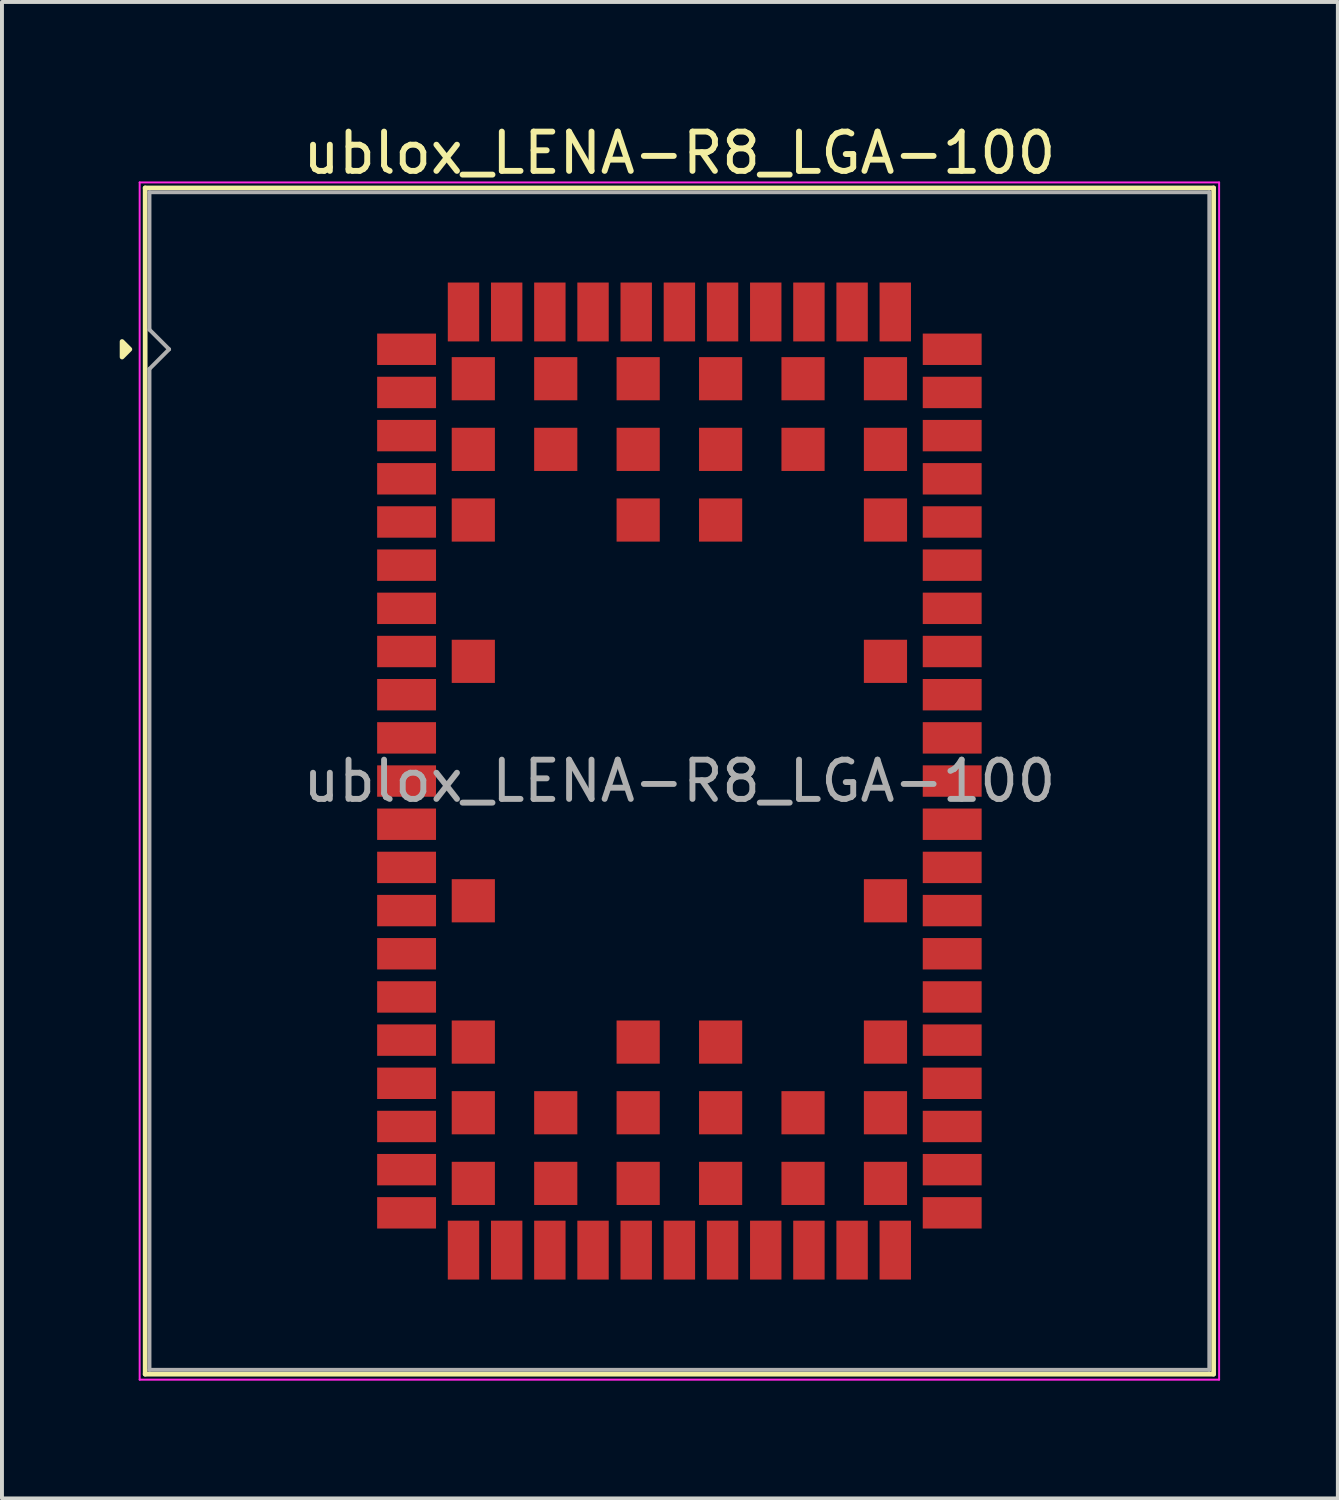
<source format=kicad_pcb>
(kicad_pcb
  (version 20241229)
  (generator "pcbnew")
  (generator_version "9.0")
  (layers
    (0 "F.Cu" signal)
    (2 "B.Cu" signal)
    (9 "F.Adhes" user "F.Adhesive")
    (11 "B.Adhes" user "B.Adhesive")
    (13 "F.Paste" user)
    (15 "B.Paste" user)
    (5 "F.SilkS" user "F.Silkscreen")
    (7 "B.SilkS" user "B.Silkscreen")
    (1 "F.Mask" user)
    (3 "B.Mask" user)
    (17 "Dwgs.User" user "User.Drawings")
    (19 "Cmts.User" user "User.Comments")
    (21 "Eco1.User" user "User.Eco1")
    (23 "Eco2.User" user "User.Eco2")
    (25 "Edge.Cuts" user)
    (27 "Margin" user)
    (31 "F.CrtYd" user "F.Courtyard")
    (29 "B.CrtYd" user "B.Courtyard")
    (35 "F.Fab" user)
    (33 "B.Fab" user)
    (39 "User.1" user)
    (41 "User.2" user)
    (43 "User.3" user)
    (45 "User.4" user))
  (footprint "ublox_LENA-R8_LGA-100"
    (layer "F.Cu")
    (at 14.258 16.848)
    (property "Reference" "ublox_LENA-R8_LGA-100" (at 0 -16 0) (layer "F.SilkS") (effects (font (size 1 1) (thickness 0.15))))
    (attr smd)
    (fp_line (start -13.61 -15.11) (end -13.61 15.11) (stroke (width 0.12) (type solid)) (layer "F.SilkS"))
    (fp_line (start 13.61 -15.11) (end -13.61 -15.11) (stroke (width 0.12) (type solid)) (layer "F.SilkS"))
    (fp_line (start 13.61 -15.11) (end 13.61 15.11) (stroke (width 0.12) (type solid)) (layer "F.SilkS"))
    (fp_line (start 13.61 15.11) (end -13.61 15.11) (stroke (width 0.12) (type solid)) (layer "F.SilkS"))
    (fp_poly (pts (xy -14 -11) (xy -14.198 -10.802) (xy -14.198 -11.198) (xy -14 -11)) (stroke (width 0.12) (type solid)) (fill yes) (layer "F.SilkS"))
    (fp_line (start -13.75 -15.25) (end -13.75 15.25) (stroke (width 0.05) (type solid)) (layer "F.CrtYd"))
    (fp_line (start 13.75 -15.25) (end -13.75 -15.25) (stroke (width 0.05) (type solid)) (layer "F.CrtYd"))
    (fp_line (start 13.75 -15.25) (end 13.75 15.25) (stroke (width 0.05) (type solid)) (layer "F.CrtYd"))
    (fp_line (start 13.75 15.25) (end -13.75 15.25) (stroke (width 0.05) (type solid)) (layer "F.CrtYd"))
    (fp_line (start -13.5 -15) (end -13.5 -11.5) (stroke (width 0.1) (type solid)) (layer "F.Fab"))
    (fp_line (start -13.5 -11.5) (end -13 -11) (stroke (width 0.1) (type default)) (layer "F.Fab"))
    (fp_line (start -13.5 -10.5) (end -13.5 15) (stroke (width 0.1) (type solid)) (layer "F.Fab"))
    (fp_line (start -13 -11) (end -13.5 -10.5) (stroke (width 0.1) (type default)) (layer "F.Fab"))
    (fp_line (start 13.5 -15) (end -13.5 -15) (stroke (width 0.1) (type solid)) (layer "F.Fab"))
    (fp_line (start 13.5 -15) (end 13.5 15) (stroke (width 0.1) (type solid)) (layer "F.Fab"))
    (fp_line (start 13.5 15) (end -13.5 15) (stroke (width 0.1) (type solid)) (layer "F.Fab"))
    (fp_text user "${REFERENCE}" (at 0 0 0) (layer "F.Fab") (effects (font (size 1 1) (thickness 0.15))))
    (pad "" smd roundrect (at -7 -11 270) (size 0.75 1.55) (layers "F.Paste") (roundrect_rratio 0.25))
    (pad "" smd roundrect (at -7 -9.9 270) (size 0.75 1.55) (layers "F.Paste") (roundrect_rratio 0.25))
    (pad "" smd roundrect (at -7 -8.8 270) (size 0.75 1.55) (layers "F.Paste") (roundrect_rratio 0.25))
    (pad "" smd roundrect (at -7 -7.7 270) (size 0.75 1.55) (layers "F.Paste") (roundrect_rratio 0.25))
    (pad "" smd roundrect (at -7 -6.6 270) (size 0.75 1.55) (layers "F.Paste") (roundrect_rratio 0.25))
    (pad "" smd roundrect (at -7 -5.5 270) (size 0.75 1.55) (layers "F.Paste") (roundrect_rratio 0.25))
    (pad "" smd roundrect (at -7 -4.4 270) (size 0.75 1.55) (layers "F.Paste") (roundrect_rratio 0.25))
    (pad "" smd roundrect (at -7 -3.3 270) (size 0.75 1.55) (layers "F.Paste") (roundrect_rratio 0.25))
    (pad "" smd roundrect (at -7 -2.2 270) (size 0.75 1.55) (layers "F.Paste") (roundrect_rratio 0.25))
    (pad "" smd roundrect (at -7 -1.1 270) (size 0.75 1.55) (layers "F.Paste") (roundrect_rratio 0.25))
    (pad "" smd roundrect (at -7 0 270) (size 0.75 1.55) (layers "F.Paste") (roundrect_rratio 0.25))
    (pad "" smd roundrect (at -7 1.1 270) (size 0.75 1.55) (layers "F.Paste") (roundrect_rratio 0.25))
    (pad "" smd roundrect (at -7 2.2 270) (size 0.75 1.55) (layers "F.Paste") (roundrect_rratio 0.25))
    (pad "" smd roundrect (at -7 3.3 270) (size 0.75 1.55) (layers "F.Paste") (roundrect_rratio 0.25))
    (pad "" smd roundrect (at -7 4.4 270) (size 0.75 1.55) (layers "F.Paste") (roundrect_rratio 0.25))
    (pad "" smd roundrect (at -7 5.5 270) (size 0.75 1.55) (layers "F.Paste") (roundrect_rratio 0.25))
    (pad "" smd roundrect (at -7 6.6 270) (size 0.75 1.55) (layers "F.Paste") (roundrect_rratio 0.25))
    (pad "" smd roundrect (at -7 7.7 270) (size 0.75 1.55) (layers "F.Paste") (roundrect_rratio 0.25))
    (pad "" smd roundrect (at -7 8.8 270) (size 0.75 1.55) (layers "F.Paste") (roundrect_rratio 0.25))
    (pad "" smd roundrect (at -7 9.9 270) (size 0.75 1.55) (layers "F.Paste") (roundrect_rratio 0.25))
    (pad "" smd roundrect (at -7 11 270) (size 0.75 1.55) (layers "F.Paste") (roundrect_rratio 0.25))
    (pad "" smd roundrect (at -5.5 -12) (size 0.75 1.55) (layers "F.Paste") (roundrect_rratio 0.25))
    (pad "" smd roundrect (at -5.5 12) (size 0.75 1.55) (layers "F.Paste") (roundrect_rratio 0.25))
    (pad "" smd roundrect (at -5.25 -10.25 180) (size 1.05 1.05) (layers "F.Paste") (roundrect_rratio 0.238))
    (pad "" smd roundrect (at -5.25 -8.45 180) (size 1.05 1.05) (layers "F.Paste") (roundrect_rratio 0.238))
    (pad "" smd roundrect (at -5.25 -6.65 180) (size 1.05 1.05) (layers "F.Paste") (roundrect_rratio 0.238))
    (pad "" smd roundrect (at -5.25 -3.05 180) (size 1.05 1.05) (layers "F.Paste") (roundrect_rratio 0.238))
    (pad "" smd roundrect (at -5.25 3.05 180) (size 1.05 1.05) (layers "F.Paste") (roundrect_rratio 0.238))
    (pad "" smd roundrect (at -5.25 6.65 180) (size 1.05 1.05) (layers "F.Paste") (roundrect_rratio 0.238))
    (pad "" smd roundrect (at -5.25 8.45 180) (size 1.05 1.05) (layers "F.Paste") (roundrect_rratio 0.238))
    (pad "" smd roundrect (at -5.25 10.25 180) (size 1.05 1.05) (layers "F.Paste") (roundrect_rratio 0.238))
    (pad "" smd roundrect (at -4.4 -12) (size 0.75 1.55) (layers "F.Paste") (roundrect_rratio 0.25))
    (pad "" smd roundrect (at -4.4 12) (size 0.75 1.55) (layers "F.Paste") (roundrect_rratio 0.25))
    (pad "" smd roundrect (at -3.3 -12) (size 0.75 1.55) (layers "F.Paste") (roundrect_rratio 0.25))
    (pad "" smd roundrect (at -3.3 12) (size 0.75 1.55) (layers "F.Paste") (roundrect_rratio 0.25))
    (pad "" smd roundrect (at -3.15 -10.25 180) (size 1.05 1.05) (layers "F.Paste") (roundrect_rratio 0.238))
    (pad "" smd roundrect (at -3.15 -8.45 180) (size 1.05 1.05) (layers "F.Paste") (roundrect_rratio 0.238))
    (pad "" smd roundrect (at -3.15 8.45 180) (size 1.05 1.05) (layers "F.Paste") (roundrect_rratio 0.238))
    (pad "" smd roundrect (at -3.15 10.25 180) (size 1.05 1.05) (layers "F.Paste") (roundrect_rratio 0.238))
    (pad "" smd roundrect (at -2.2 -12) (size 0.75 1.55) (layers "F.Paste") (roundrect_rratio 0.25))
    (pad "" smd roundrect (at -2.2 12) (size 0.75 1.55) (layers "F.Paste") (roundrect_rratio 0.25))
    (pad "" smd roundrect (at -1.1 -12) (size 0.75 1.55) (layers "F.Paste") (roundrect_rratio 0.25))
    (pad "" smd roundrect (at -1.1 12) (size 0.75 1.55) (layers "F.Paste") (roundrect_rratio 0.25))
    (pad "" smd roundrect (at -1.05 -10.25 180) (size 1.05 1.05) (layers "F.Paste") (roundrect_rratio 0.238))
    (pad "" smd roundrect (at -1.05 -8.45 180) (size 1.05 1.05) (layers "F.Paste") (roundrect_rratio 0.238))
    (pad "" smd roundrect (at -1.05 -6.65 180) (size 1.05 1.05) (layers "F.Paste") (roundrect_rratio 0.238))
    (pad "" smd roundrect (at -1.05 6.65 180) (size 1.05 1.05) (layers "F.Paste") (roundrect_rratio 0.238))
    (pad "" smd roundrect (at -1.05 8.45 180) (size 1.05 1.05) (layers "F.Paste") (roundrect_rratio 0.238))
    (pad "" smd roundrect (at -1.05 10.25 180) (size 1.05 1.05) (layers "F.Paste") (roundrect_rratio 0.238))
    (pad "" smd roundrect (at 0 -12) (size 0.75 1.55) (layers "F.Paste") (roundrect_rratio 0.25))
    (pad "" smd roundrect (at 0 12) (size 0.75 1.55) (layers "F.Paste") (roundrect_rratio 0.25))
    (pad "" smd roundrect (at 1.05 -10.25 180) (size 1.05 1.05) (layers "F.Paste") (roundrect_rratio 0.238))
    (pad "" smd roundrect (at 1.05 -8.45 180) (size 1.05 1.05) (layers "F.Paste") (roundrect_rratio 0.238))
    (pad "" smd roundrect (at 1.05 -6.65 180) (size 1.05 1.05) (layers "F.Paste") (roundrect_rratio 0.238))
    (pad "" smd roundrect (at 1.05 6.65 180) (size 1.05 1.05) (layers "F.Paste") (roundrect_rratio 0.238))
    (pad "" smd roundrect (at 1.05 8.45 180) (size 1.05 1.05) (layers "F.Paste") (roundrect_rratio 0.238))
    (pad "" smd roundrect (at 1.05 10.25 180) (size 1.05 1.05) (layers "F.Paste") (roundrect_rratio 0.238))
    (pad "" smd roundrect (at 1.1 -12) (size 0.75 1.55) (layers "F.Paste") (roundrect_rratio 0.25))
    (pad "" smd roundrect (at 1.1 12) (size 0.75 1.55) (layers "F.Paste") (roundrect_rratio 0.25))
    (pad "" smd roundrect (at 2.2 -12) (size 0.75 1.55) (layers "F.Paste") (roundrect_rratio 0.25))
    (pad "" smd roundrect (at 2.2 12) (size 0.75 1.55) (layers "F.Paste") (roundrect_rratio 0.25))
    (pad "" smd roundrect (at 3.15 -10.25 180) (size 1.05 1.05) (layers "F.Paste") (roundrect_rratio 0.238))
    (pad "" smd roundrect (at 3.15 -8.45 180) (size 1.05 1.05) (layers "F.Paste") (roundrect_rratio 0.238))
    (pad "" smd roundrect (at 3.15 8.45 180) (size 1.05 1.05) (layers "F.Paste") (roundrect_rratio 0.238))
    (pad "" smd roundrect (at 3.15 10.25 180) (size 1.05 1.05) (layers "F.Paste") (roundrect_rratio 0.238))
    (pad "" smd roundrect (at 3.3 -12) (size 0.75 1.55) (layers "F.Paste") (roundrect_rratio 0.25))
    (pad "" smd roundrect (at 3.3 12) (size 0.75 1.55) (layers "F.Paste") (roundrect_rratio 0.25))
    (pad "" smd roundrect (at 4.4 -12) (size 0.75 1.55) (layers "F.Paste") (roundrect_rratio 0.25))
    (pad "" smd roundrect (at 4.4 12) (size 0.75 1.55) (layers "F.Paste") (roundrect_rratio 0.25))
    (pad "" smd roundrect (at 5.25 -10.25 180) (size 1.05 1.05) (layers "F.Paste") (roundrect_rratio 0.238))
    (pad "" smd roundrect (at 5.25 -8.45 180) (size 1.05 1.05) (layers "F.Paste") (roundrect_rratio 0.238))
    (pad "" smd roundrect (at 5.25 -6.65 180) (size 1.05 1.05) (layers "F.Paste") (roundrect_rratio 0.238))
    (pad "" smd roundrect (at 5.25 -3.05 180) (size 1.05 1.05) (layers "F.Paste") (roundrect_rratio 0.238))
    (pad "" smd roundrect (at 5.25 3.05 180) (size 1.05 1.05) (layers "F.Paste") (roundrect_rratio 0.238))
    (pad "" smd roundrect (at 5.25 6.65 180) (size 1.05 1.05) (layers "F.Paste") (roundrect_rratio 0.238))
    (pad "" smd roundrect (at 5.25 8.45 180) (size 1.05 1.05) (layers "F.Paste") (roundrect_rratio 0.238))
    (pad "" smd roundrect (at 5.25 10.25 180) (size 1.05 1.05) (layers "F.Paste") (roundrect_rratio 0.238))
    (pad "" smd roundrect (at 5.5 -12) (size 0.75 1.55) (layers "F.Paste") (roundrect_rratio 0.25))
    (pad "" smd roundrect (at 5.5 12) (size 0.75 1.55) (layers "F.Paste") (roundrect_rratio 0.25))
    (pad "" smd roundrect (at 7 -11 270) (size 0.75 1.55) (layers "F.Paste") (roundrect_rratio 0.25))
    (pad "" smd roundrect (at 7 -9.9 270) (size 0.75 1.55) (layers "F.Paste") (roundrect_rratio 0.25))
    (pad "" smd roundrect (at 7 -8.8 270) (size 0.75 1.55) (layers "F.Paste") (roundrect_rratio 0.25))
    (pad "" smd roundrect (at 7 -7.7 270) (size 0.75 1.55) (layers "F.Paste") (roundrect_rratio 0.25))
    (pad "" smd roundrect (at 7 -6.6 270) (size 0.75 1.55) (layers "F.Paste") (roundrect_rratio 0.25))
    (pad "" smd roundrect (at 7 -5.5 270) (size 0.75 1.55) (layers "F.Paste") (roundrect_rratio 0.25))
    (pad "" smd roundrect (at 7 -4.4 270) (size 0.75 1.55) (layers "F.Paste") (roundrect_rratio 0.25))
    (pad "" smd roundrect (at 7 -3.3 270) (size 0.75 1.55) (layers "F.Paste") (roundrect_rratio 0.25))
    (pad "" smd roundrect (at 7 -2.2 270) (size 0.75 1.55) (layers "F.Paste") (roundrect_rratio 0.25))
    (pad "" smd roundrect (at 7 -1.1 270) (size 0.75 1.55) (layers "F.Paste") (roundrect_rratio 0.25))
    (pad "" smd roundrect (at 7 0 270) (size 0.75 1.55) (layers "F.Paste") (roundrect_rratio 0.25))
    (pad "" smd roundrect (at 7 1.1 270) (size 0.75 1.55) (layers "F.Paste") (roundrect_rratio 0.25))
    (pad "" smd roundrect (at 7 2.2 270) (size 0.75 1.55) (layers "F.Paste") (roundrect_rratio 0.25))
    (pad "" smd roundrect (at 7 3.3 270) (size 0.75 1.55) (layers "F.Paste") (roundrect_rratio 0.25))
    (pad "" smd roundrect (at 7 4.4 270) (size 0.75 1.55) (layers "F.Paste") (roundrect_rratio 0.25))
    (pad "" smd roundrect (at 7 5.5 270) (size 0.75 1.55) (layers "F.Paste") (roundrect_rratio 0.25))
    (pad "" smd roundrect (at 7 6.6 270) (size 0.75 1.55) (layers "F.Paste") (roundrect_rratio 0.25))
    (pad "" smd roundrect (at 7 7.7 270) (size 0.75 1.55) (layers "F.Paste") (roundrect_rratio 0.25))
    (pad "" smd roundrect (at 7 8.8 270) (size 0.75 1.55) (layers "F.Paste") (roundrect_rratio 0.25))
    (pad "" smd roundrect (at 7 9.9 270) (size 0.75 1.55) (layers "F.Paste") (roundrect_rratio 0.25))
    (pad "" smd roundrect (at 7 11 270) (size 0.75 1.55) (layers "F.Paste") (roundrect_rratio 0.25))
    (pad "1" smd rect (at -6.95 -11 270) (size 0.8 1.5) (layers "F.Cu" "F.Mask"))
    (pad "2" smd rect (at -6.95 -9.9 270) (size 0.8 1.5) (layers "F.Cu" "F.Mask"))
    (pad "3" smd rect (at -6.95 -8.8 270) (size 0.8 1.5) (layers "F.Cu" "F.Mask"))
    (pad "4" smd rect (at -6.95 -7.7 270) (size 0.8 1.5) (layers "F.Cu" "F.Mask"))
    (pad "5" smd rect (at -6.95 -6.6 270) (size 0.8 1.5) (layers "F.Cu" "F.Mask"))
    (pad "6" smd rect (at -6.95 -5.5 270) (size 0.8 1.5) (layers "F.Cu" "F.Mask"))
    (pad "7" smd rect (at -6.95 -4.4 270) (size 0.8 1.5) (layers "F.Cu" "F.Mask"))
    (pad "8" smd rect (at -6.95 -3.3 270) (size 0.8 1.5) (layers "F.Cu" "F.Mask"))
    (pad "9" smd rect (at -6.95 -2.2 270) (size 0.8 1.5) (layers "F.Cu" "F.Mask"))
    (pad "10" smd rect (at -6.95 -1.1 270) (size 0.8 1.5) (layers "F.Cu" "F.Mask"))
    (pad "11" smd rect (at -6.95 0 270) (size 0.8 1.5) (layers "F.Cu" "F.Mask"))
    (pad "12" smd rect (at -6.95 1.1 270) (size 0.8 1.5) (layers "F.Cu" "F.Mask"))
    (pad "13" smd rect (at -6.95 2.2 270) (size 0.8 1.5) (layers "F.Cu" "F.Mask"))
    (pad "14" smd rect (at -6.95 3.3 270) (size 0.8 1.5) (layers "F.Cu" "F.Mask"))
    (pad "15" smd rect (at -6.95 4.4 270) (size 0.8 1.5) (layers "F.Cu" "F.Mask"))
    (pad "16" smd rect (at -6.95 5.5 270) (size 0.8 1.5) (layers "F.Cu" "F.Mask"))
    (pad "17" smd rect (at -6.95 6.6 270) (size 0.8 1.5) (layers "F.Cu" "F.Mask"))
    (pad "18" smd rect (at -6.95 7.7 270) (size 0.8 1.5) (layers "F.Cu" "F.Mask"))
    (pad "19" smd rect (at -6.95 8.8 270) (size 0.8 1.5) (layers "F.Cu" "F.Mask"))
    (pad "20" smd rect (at -6.95 9.9 270) (size 0.8 1.5) (layers "F.Cu" "F.Mask"))
    (pad "21" smd rect (at -6.95 11 270) (size 0.8 1.5) (layers "F.Cu" "F.Mask"))
    (pad "22" smd rect (at -5.5 11.95) (size 0.8 1.5) (layers "F.Cu" "F.Mask"))
    (pad "23" smd rect (at -4.4 11.95) (size 0.8 1.5) (layers "F.Cu" "F.Mask"))
    (pad "24" smd rect (at -3.3 11.95) (size 0.8 1.5) (layers "F.Cu" "F.Mask"))
    (pad "25" smd rect (at -2.2 11.95) (size 0.8 1.5) (layers "F.Cu" "F.Mask"))
    (pad "26" smd rect (at -1.1 11.95) (size 0.8 1.5) (layers "F.Cu" "F.Mask"))
    (pad "27" smd rect (at 0 11.95) (size 0.8 1.5) (layers "F.Cu" "F.Mask"))
    (pad "28" smd rect (at 1.1 11.95) (size 0.8 1.5) (layers "F.Cu" "F.Mask"))
    (pad "29" smd rect (at 2.2 11.95) (size 0.8 1.5) (layers "F.Cu" "F.Mask"))
    (pad "30" smd rect (at 3.3 11.95) (size 0.8 1.5) (layers "F.Cu" "F.Mask"))
    (pad "31" smd rect (at 4.4 11.95) (size 0.8 1.5) (layers "F.Cu" "F.Mask"))
    (pad "32" smd rect (at 5.5 11.95) (size 0.8 1.5) (layers "F.Cu" "F.Mask"))
    (pad "33" smd rect (at 6.95 11 90) (size 0.8 1.5) (layers "F.Cu" "F.Mask"))
    (pad "34" smd rect (at 6.95 9.9 90) (size 0.8 1.5) (layers "F.Cu" "F.Mask"))
    (pad "35" smd rect (at 6.95 8.8 90) (size 0.8 1.5) (layers "F.Cu" "F.Mask"))
    (pad "36" smd rect (at 6.95 7.7 90) (size 0.8 1.5) (layers "F.Cu" "F.Mask"))
    (pad "37" smd rect (at 6.95 6.6 90) (size 0.8 1.5) (layers "F.Cu" "F.Mask"))
    (pad "38" smd rect (at 6.95 5.5 90) (size 0.8 1.5) (layers "F.Cu" "F.Mask"))
    (pad "39" smd rect (at 6.95 4.4 90) (size 0.8 1.5) (layers "F.Cu" "F.Mask"))
    (pad "40" smd rect (at 6.95 3.3 90) (size 0.8 1.5) (layers "F.Cu" "F.Mask"))
    (pad "41" smd rect (at 6.95 2.2 90) (size 0.8 1.5) (layers "F.Cu" "F.Mask"))
    (pad "42" smd rect (at 6.95 1.1 90) (size 0.8 1.5) (layers "F.Cu" "F.Mask"))
    (pad "43" smd rect (at 6.95 0 90) (size 0.8 1.5) (layers "F.Cu" "F.Mask"))
    (pad "44" smd rect (at 6.95 -1.1 90) (size 0.8 1.5) (layers "F.Cu" "F.Mask"))
    (pad "45" smd rect (at 6.95 -2.2 90) (size 0.8 1.5) (layers "F.Cu" "F.Mask"))
    (pad "46" smd rect (at 6.95 -3.3 90) (size 0.8 1.5) (layers "F.Cu" "F.Mask"))
    (pad "47" smd rect (at 6.95 -4.4 90) (size 0.8 1.5) (layers "F.Cu" "F.Mask"))
    (pad "48" smd rect (at 6.95 -5.5 90) (size 0.8 1.5) (layers "F.Cu" "F.Mask"))
    (pad "49" smd rect (at 6.95 -6.6 90) (size 0.8 1.5) (layers "F.Cu" "F.Mask"))
    (pad "50" smd rect (at 6.95 -7.7 90) (size 0.8 1.5) (layers "F.Cu" "F.Mask"))
    (pad "51" smd rect (at 6.95 -8.8 90) (size 0.8 1.5) (layers "F.Cu" "F.Mask"))
    (pad "52" smd rect (at 6.95 -9.9 90) (size 0.8 1.5) (layers "F.Cu" "F.Mask"))
    (pad "53" smd rect (at 6.95 -11 90) (size 0.8 1.5) (layers "F.Cu" "F.Mask"))
    (pad "54" smd rect (at 5.5 -11.95 180) (size 0.8 1.5) (layers "F.Cu" "F.Mask"))
    (pad "55" smd rect (at 4.4 -11.95 180) (size 0.8 1.5) (layers "F.Cu" "F.Mask"))
    (pad "56" smd rect (at 3.3 -11.95 180) (size 0.8 1.5) (layers "F.Cu" "F.Mask"))
    (pad "57" smd rect (at 2.2 -11.95 180) (size 0.8 1.5) (layers "F.Cu" "F.Mask"))
    (pad "58" smd rect (at 1.1 -11.95 180) (size 0.8 1.5) (layers "F.Cu" "F.Mask"))
    (pad "59" smd rect (at 0 -11.95 180) (size 0.8 1.5) (layers "F.Cu" "F.Mask"))
    (pad "60" smd rect (at -1.1 -11.95 180) (size 0.8 1.5) (layers "F.Cu" "F.Mask"))
    (pad "61" smd rect (at -2.2 -11.95 180) (size 0.8 1.5) (layers "F.Cu" "F.Mask"))
    (pad "62" smd rect (at -3.3 -11.95 180) (size 0.8 1.5) (layers "F.Cu" "F.Mask"))
    (pad "63" smd rect (at -4.4 -11.95 180) (size 0.8 1.5) (layers "F.Cu" "F.Mask"))
    (pad "64" smd rect (at -5.5 -11.95 180) (size 0.8 1.5) (layers "F.Cu" "F.Mask"))
    (pad "65" smd rect (at -5.25 -10.25 180) (size 1.1 1.1) (layers "F.Cu" "F.Mask"))
    (pad "66" smd rect (at -3.15 -10.25 180) (size 1.1 1.1) (layers "F.Cu" "F.Mask"))
    (pad "67" smd rect (at -1.05 -10.25 180) (size 1.1 1.1) (layers "F.Cu" "F.Mask"))
    (pad "68" smd rect (at 1.05 -10.25 180) (size 1.1 1.1) (layers "F.Cu" "F.Mask"))
    (pad "69" smd rect (at 3.15 -10.25 180) (size 1.1 1.1) (layers "F.Cu" "F.Mask"))
    (pad "70" smd rect (at 5.25 -10.25 180) (size 1.1 1.1) (layers "F.Cu" "F.Mask"))
    (pad "71" smd rect (at -5.25 -8.45 180) (size 1.1 1.1) (layers "F.Cu" "F.Mask"))
    (pad "72" smd rect (at -3.15 -8.45 180) (size 1.1 1.1) (layers "F.Cu" "F.Mask"))
    (pad "73" smd rect (at -1.05 -8.45 180) (size 1.1 1.1) (layers "F.Cu" "F.Mask"))
    (pad "74" smd rect (at 1.05 -8.45 180) (size 1.1 1.1) (layers "F.Cu" "F.Mask"))
    (pad "75" smd rect (at 3.15 -8.45 180) (size 1.1 1.1) (layers "F.Cu" "F.Mask"))
    (pad "76" smd rect (at 5.25 -8.45 180) (size 1.1 1.1) (layers "F.Cu" "F.Mask"))
    (pad "77" smd rect (at -5.25 -6.65 180) (size 1.1 1.1) (layers "F.Cu" "F.Mask"))
    (pad "78" smd rect (at 5.25 -6.65 180) (size 1.1 1.1) (layers "F.Cu" "F.Mask"))
    (pad "79" smd rect (at -5.25 -3.05 180) (size 1.1 1.1) (layers "F.Cu" "F.Mask"))
    (pad "80" smd rect (at 5.25 -3.05 180) (size 1.1 1.1) (layers "F.Cu" "F.Mask"))
    (pad "81" smd rect (at -5.25 3.05 180) (size 1.1 1.1) (layers "F.Cu" "F.Mask"))
    (pad "82" smd rect (at 5.25 3.05 180) (size 1.1 1.1) (layers "F.Cu" "F.Mask"))
    (pad "83" smd rect (at -5.25 6.65 180) (size 1.1 1.1) (layers "F.Cu" "F.Mask"))
    (pad "84" smd rect (at 5.25 6.65 180) (size 1.1 1.1) (layers "F.Cu" "F.Mask"))
    (pad "85" smd rect (at -5.25 8.45 180) (size 1.1 1.1) (layers "F.Cu" "F.Mask"))
    (pad "86" smd rect (at -3.15 8.45 180) (size 1.1 1.1) (layers "F.Cu" "F.Mask"))
    (pad "87" smd rect (at -1.05 8.45 180) (size 1.1 1.1) (layers "F.Cu" "F.Mask"))
    (pad "88" smd rect (at 1.05 8.45 180) (size 1.1 1.1) (layers "F.Cu" "F.Mask"))
    (pad "89" smd rect (at 3.15 8.45 180) (size 1.1 1.1) (layers "F.Cu" "F.Mask"))
    (pad "90" smd rect (at 5.25 8.45 180) (size 1.1 1.1) (layers "F.Cu" "F.Mask"))
    (pad "91" smd rect (at -5.25 10.25 180) (size 1.1 1.1) (layers "F.Cu" "F.Mask"))
    (pad "92" smd rect (at -3.15 10.25 180) (size 1.1 1.1) (layers "F.Cu" "F.Mask"))
    (pad "93" smd rect (at -1.05 10.25 270) (size 1.1 1.1) (layers "F.Cu" "F.Mask"))
    (pad "94" smd rect (at 1.05 10.25 180) (size 1.1 1.1) (layers "F.Cu" "F.Mask"))
    (pad "95" smd rect (at 3.15 10.25 180) (size 1.1 1.1) (layers "F.Cu" "F.Mask"))
    (pad "96" smd rect (at 5.25 10.25 270) (size 1.1 1.1) (layers "F.Cu" "F.Mask"))
    (pad "97" smd rect (at -1.05 -6.65 180) (size 1.1 1.1) (layers "F.Cu" "F.Mask"))
    (pad "98" smd rect (at 1.05 -6.65 180) (size 1.1 1.1) (layers "F.Cu" "F.Mask"))
    (pad "99" smd rect (at -1.05 6.65 180) (size 1.1 1.1) (layers "F.Cu" "F.Mask"))
    (pad "100" smd rect (at 1.05 6.65 180) (size 1.1 1.1) (layers "F.Cu" "F.Mask")))
  (gr_rect
    (start -3 -3)
    (end 31.033 35.123)
    (stroke (width 0.1) (type default))
    (fill no)
    (layer "Edge.Cuts")))
</source>
